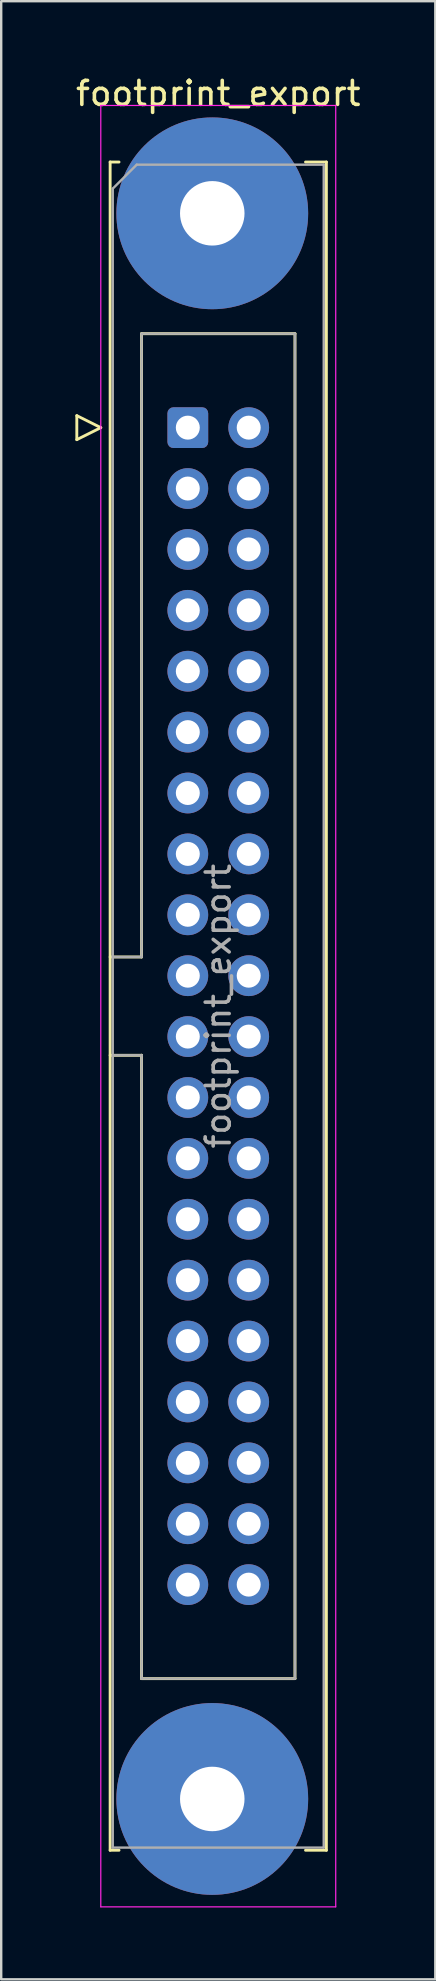
<source format=kicad_pcb>
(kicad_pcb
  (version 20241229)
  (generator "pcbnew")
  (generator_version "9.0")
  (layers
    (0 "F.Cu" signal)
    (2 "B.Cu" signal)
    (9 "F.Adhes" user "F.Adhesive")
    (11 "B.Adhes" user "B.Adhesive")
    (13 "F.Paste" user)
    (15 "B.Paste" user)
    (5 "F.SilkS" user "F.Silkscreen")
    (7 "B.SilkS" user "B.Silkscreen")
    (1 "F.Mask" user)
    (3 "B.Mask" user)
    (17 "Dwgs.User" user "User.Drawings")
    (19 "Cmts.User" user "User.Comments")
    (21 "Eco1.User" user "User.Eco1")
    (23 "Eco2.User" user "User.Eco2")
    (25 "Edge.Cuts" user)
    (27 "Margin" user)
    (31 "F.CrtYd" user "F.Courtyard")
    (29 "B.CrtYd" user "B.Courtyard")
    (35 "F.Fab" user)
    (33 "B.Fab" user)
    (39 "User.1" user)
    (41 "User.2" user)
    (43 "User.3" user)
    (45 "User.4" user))
  (footprint "footprint_export"
    (layer "F.Cu")
    (at 4.784 14.788)
    (property "Reference" "footprint_export" (at 1.27 -13.94 0) (layer "F.SilkS") (effects (font (size 1 1) (thickness 0.15))))
    (attr through_hole)
    (fp_line (start -4.63 -0.5) (end -4.63 0.5) (stroke (width 0.12) (type solid)) (layer "F.SilkS"))
    (fp_line (start -4.63 0.5) (end -3.63 0) (stroke (width 0.12) (type solid)) (layer "F.SilkS"))
    (fp_line (start -3.63 0) (end -4.63 -0.5) (stroke (width 0.12) (type solid)) (layer "F.SilkS"))
    (fp_line (start -3.24 -11.08) (end -3.24 59.34) (stroke (width 0.12) (type solid)) (layer "F.SilkS"))
    (fp_line (start -3.24 22.08) (end -1.93 22.08) (stroke (width 0.12) (type solid)) (layer "F.SilkS"))
    (fp_line (start -3.24 59.34) (end -2.87 59.34) (stroke (width 0.12) (type solid)) (layer "F.SilkS"))
    (fp_line (start -2.87 -11.08) (end -3.24 -11.08) (stroke (width 0.12) (type solid)) (layer "F.SilkS"))
    (fp_line (start -1.93 -3.92) (end 4.47 -3.92) (stroke (width 0.12) (type solid)) (layer "F.SilkS"))
    (fp_line (start -1.93 22.08) (end -1.93 -3.92) (stroke (width 0.12) (type solid)) (layer "F.SilkS"))
    (fp_line (start -1.93 26.18) (end -3.24 26.18) (stroke (width 0.12) (type solid)) (layer "F.SilkS"))
    (fp_line (start -1.93 26.18) (end -1.93 26.18) (stroke (width 0.12) (type solid)) (layer "F.SilkS"))
    (fp_line (start -1.93 52.18) (end -1.93 26.18) (stroke (width 0.12) (type solid)) (layer "F.SilkS"))
    (fp_line (start 4.47 -3.92) (end 4.47 52.18) (stroke (width 0.12) (type solid)) (layer "F.SilkS"))
    (fp_line (start 4.47 52.18) (end -1.93 52.18) (stroke (width 0.12) (type solid)) (layer "F.SilkS"))
    (fp_line (start 4.91 -11.08) (end 5.78 -11.08) (stroke (width 0.12) (type solid)) (layer "F.SilkS"))
    (fp_line (start 5.78 -11.08) (end 5.78 59.34) (stroke (width 0.12) (type solid)) (layer "F.SilkS"))
    (fp_line (start 5.78 59.34) (end 4.91 59.34) (stroke (width 0.12) (type solid)) (layer "F.SilkS"))
    (fp_line (start -3.63 -13.44) (end -3.63 61.7) (stroke (width 0.05) (type solid)) (layer "F.CrtYd"))
    (fp_line (start -3.63 61.7) (end 6.17 61.7) (stroke (width 0.05) (type solid)) (layer "F.CrtYd"))
    (fp_line (start 6.17 -13.44) (end -3.63 -13.44) (stroke (width 0.05) (type solid)) (layer "F.CrtYd"))
    (fp_line (start 6.17 61.7) (end 6.17 -13.44) (stroke (width 0.05) (type solid)) (layer "F.CrtYd"))
    (fp_line (start -3.13 -9.97) (end -2.13 -10.97) (stroke (width 0.1) (type solid)) (layer "F.Fab"))
    (fp_line (start -3.13 22.08) (end -1.93 22.08) (stroke (width 0.1) (type solid)) (layer "F.Fab"))
    (fp_line (start -3.13 59.23) (end -3.13 -9.97) (stroke (width 0.1) (type solid)) (layer "F.Fab"))
    (fp_line (start -2.13 -10.97) (end 5.67 -10.97) (stroke (width 0.1) (type solid)) (layer "F.Fab"))
    (fp_line (start -1.93 -3.92) (end 4.47 -3.92) (stroke (width 0.1) (type solid)) (layer "F.Fab"))
    (fp_line (start -1.93 22.08) (end -1.93 -3.92) (stroke (width 0.1) (type solid)) (layer "F.Fab"))
    (fp_line (start -1.93 26.18) (end -3.13 26.18) (stroke (width 0.1) (type solid)) (layer "F.Fab"))
    (fp_line (start -1.93 26.18) (end -1.93 26.18) (stroke (width 0.1) (type solid)) (layer "F.Fab"))
    (fp_line (start -1.93 52.18) (end -1.93 26.18) (stroke (width 0.1) (type solid)) (layer "F.Fab"))
    (fp_line (start 4.47 -3.92) (end 4.47 52.18) (stroke (width 0.1) (type solid)) (layer "F.Fab"))
    (fp_line (start 4.47 52.18) (end -1.93 52.18) (stroke (width 0.1) (type solid)) (layer "F.Fab"))
    (fp_line (start 5.67 -10.97) (end 5.67 59.23) (stroke (width 0.1) (type solid)) (layer "F.Fab"))
    (fp_line (start 5.67 59.23) (end -3.13 59.23) (stroke (width 0.1) (type solid)) (layer "F.Fab"))
    (fp_text user "${REFERENCE}" (at 1.27 24.13 90) (layer "F.Fab") (effects (font (size 1 1) (thickness 0.15))))
    (pad "1" thru_hole roundrect (at 0 0) (size 1.7 1.7) (drill 1) (layers "*.Cu" "*.Mask") (roundrect_rratio 0.147))
    (pad "2" thru_hole circle (at 2.54 0) (size 1.7 1.7) (drill 1) (layers "*.Cu" "*.Mask"))
    (pad "3" thru_hole circle (at 0 2.54) (size 1.7 1.7) (drill 1) (layers "*.Cu" "*.Mask"))
    (pad "4" thru_hole circle (at 2.54 2.54) (size 1.7 1.7) (drill 1) (layers "*.Cu" "*.Mask"))
    (pad "5" thru_hole circle (at 0 5.08) (size 1.7 1.7) (drill 1) (layers "*.Cu" "*.Mask"))
    (pad "6" thru_hole circle (at 2.54 5.08) (size 1.7 1.7) (drill 1) (layers "*.Cu" "*.Mask"))
    (pad "7" thru_hole circle (at 0 7.62) (size 1.7 1.7) (drill 1) (layers "*.Cu" "*.Mask"))
    (pad "8" thru_hole circle (at 2.54 7.62) (size 1.7 1.7) (drill 1) (layers "*.Cu" "*.Mask"))
    (pad "9" thru_hole circle (at 0 10.16) (size 1.7 1.7) (drill 1) (layers "*.Cu" "*.Mask"))
    (pad "10" thru_hole circle (at 2.54 10.16) (size 1.7 1.7) (drill 1) (layers "*.Cu" "*.Mask"))
    (pad "11" thru_hole circle (at 0 12.7) (size 1.7 1.7) (drill 1) (layers "*.Cu" "*.Mask"))
    (pad "12" thru_hole circle (at 2.54 12.7) (size 1.7 1.7) (drill 1) (layers "*.Cu" "*.Mask"))
    (pad "13" thru_hole circle (at 0 15.24) (size 1.7 1.7) (drill 1) (layers "*.Cu" "*.Mask"))
    (pad "14" thru_hole circle (at 2.54 15.24) (size 1.7 1.7) (drill 1) (layers "*.Cu" "*.Mask"))
    (pad "15" thru_hole circle (at 0 17.78) (size 1.7 1.7) (drill 1) (layers "*.Cu" "*.Mask"))
    (pad "16" thru_hole circle (at 2.54 17.78) (size 1.7 1.7) (drill 1) (layers "*.Cu" "*.Mask"))
    (pad "17" thru_hole circle (at 0 20.32) (size 1.7 1.7) (drill 1) (layers "*.Cu" "*.Mask"))
    (pad "18" thru_hole circle (at 2.54 20.32) (size 1.7 1.7) (drill 1) (layers "*.Cu" "*.Mask"))
    (pad "19" thru_hole circle (at 0 22.86) (size 1.7 1.7) (drill 1) (layers "*.Cu" "*.Mask"))
    (pad "20" thru_hole circle (at 2.54 22.86) (size 1.7 1.7) (drill 1) (layers "*.Cu" "*.Mask"))
    (pad "21" thru_hole circle (at 0 25.4) (size 1.7 1.7) (drill 1) (layers "*.Cu" "*.Mask"))
    (pad "22" thru_hole circle (at 2.54 25.4) (size 1.7 1.7) (drill 1) (layers "*.Cu" "*.Mask"))
    (pad "23" thru_hole circle (at 0 27.94) (size 1.7 1.7) (drill 1) (layers "*.Cu" "*.Mask"))
    (pad "24" thru_hole circle (at 2.54 27.94) (size 1.7 1.7) (drill 1) (layers "*.Cu" "*.Mask"))
    (pad "25" thru_hole circle (at 0 30.48) (size 1.7 1.7) (drill 1) (layers "*.Cu" "*.Mask"))
    (pad "26" thru_hole circle (at 2.54 30.48) (size 1.7 1.7) (drill 1) (layers "*.Cu" "*.Mask"))
    (pad "27" thru_hole circle (at 0 33.02) (size 1.7 1.7) (drill 1) (layers "*.Cu" "*.Mask"))
    (pad "28" thru_hole circle (at 2.54 33.02) (size 1.7 1.7) (drill 1) (layers "*.Cu" "*.Mask"))
    (pad "29" thru_hole circle (at 0 35.56) (size 1.7 1.7) (drill 1) (layers "*.Cu" "*.Mask"))
    (pad "30" thru_hole circle (at 2.54 35.56) (size 1.7 1.7) (drill 1) (layers "*.Cu" "*.Mask"))
    (pad "31" thru_hole circle (at 0 38.1) (size 1.7 1.7) (drill 1) (layers "*.Cu" "*.Mask"))
    (pad "32" thru_hole circle (at 2.54 38.1) (size 1.7 1.7) (drill 1) (layers "*.Cu" "*.Mask"))
    (pad "33" thru_hole circle (at 0 40.64) (size 1.7 1.7) (drill 1) (layers "*.Cu" "*.Mask"))
    (pad "34" thru_hole circle (at 2.54 40.64) (size 1.7 1.7) (drill 1) (layers "*.Cu" "*.Mask"))
    (pad "35" thru_hole circle (at 0 43.18) (size 1.7 1.7) (drill 1) (layers "*.Cu" "*.Mask"))
    (pad "36" thru_hole circle (at 2.54 43.18) (size 1.7 1.7) (drill 1) (layers "*.Cu" "*.Mask"))
    (pad "37" thru_hole circle (at 0 45.72) (size 1.7 1.7) (drill 1) (layers "*.Cu" "*.Mask"))
    (pad "38" thru_hole circle (at 2.54 45.72) (size 1.7 1.7) (drill 1) (layers "*.Cu" "*.Mask"))
    (pad "39" thru_hole circle (at 0 48.26) (size 1.7 1.7) (drill 1) (layers "*.Cu" "*.Mask"))
    (pad "40" thru_hole circle (at 2.54 48.26) (size 1.7 1.7) (drill 1) (layers "*.Cu" "*.Mask"))
    (pad "MP" thru_hole circle (at 1.02 -8.94) (size 8 8) (drill 2.69) (layers "*.Cu" "*.Mask"))
    (pad "MP" thru_hole circle (at 1.02 57.2) (size 8 8) (drill 2.69) (layers "*.Cu" "*.Mask")))
  (gr_rect
    (start -3 -3)
    (end 15.107 79.513)
    (stroke (width 0.1) (type default))
    (fill no)
    (layer "Edge.Cuts")))
</source>
